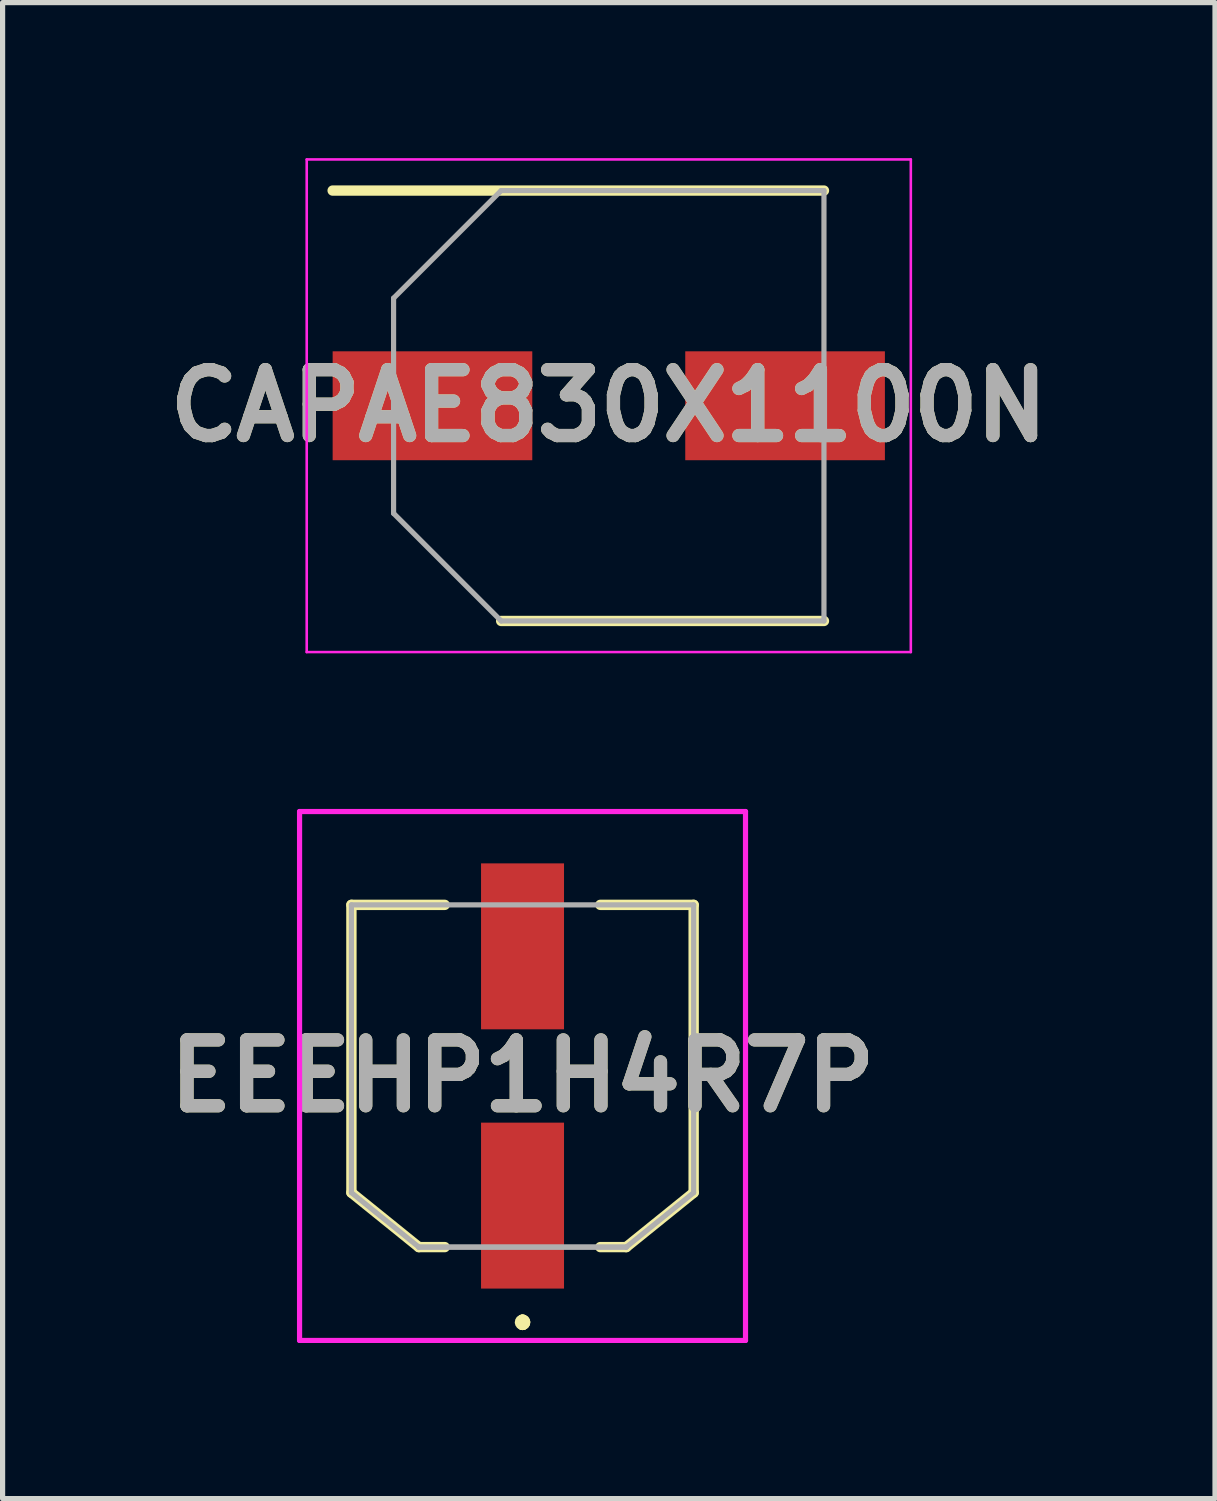
<source format=kicad_pcb>
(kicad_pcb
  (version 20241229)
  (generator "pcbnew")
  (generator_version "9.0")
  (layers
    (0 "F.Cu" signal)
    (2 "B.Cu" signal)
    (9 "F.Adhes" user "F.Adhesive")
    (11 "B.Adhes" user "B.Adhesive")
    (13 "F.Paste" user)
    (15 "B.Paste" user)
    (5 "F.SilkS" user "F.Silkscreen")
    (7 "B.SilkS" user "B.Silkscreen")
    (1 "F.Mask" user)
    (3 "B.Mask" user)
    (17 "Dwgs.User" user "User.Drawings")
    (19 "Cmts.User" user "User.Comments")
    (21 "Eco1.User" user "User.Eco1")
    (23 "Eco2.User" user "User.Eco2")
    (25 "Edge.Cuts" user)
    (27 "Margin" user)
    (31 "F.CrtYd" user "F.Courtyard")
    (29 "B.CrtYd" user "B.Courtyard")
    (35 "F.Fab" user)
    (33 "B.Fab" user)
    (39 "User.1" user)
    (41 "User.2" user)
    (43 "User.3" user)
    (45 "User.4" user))
  (footprint "EEEHP1H4R7P"
    (layer "F.Cu")
    (at 7.027 17.7)
    (property "Reference" "EEEHP1H4R7P" (at 0 0 0) (layer "F.SilkS") (effects (font (size 1.27 1.27) (thickness 0.254))))
    (attr smd)
    (fp_line (start -3.3 -3.3) (end -1.5 -3.3) (stroke (width 0.2) (type solid)) (layer "F.SilkS"))
    (fp_line (start -3.3 2.25) (end -3.3 -3.3) (stroke (width 0.2) (type solid)) (layer "F.SilkS"))
    (fp_line (start -2 3.3) (end -3.3 2.25) (stroke (width 0.2) (type solid)) (layer "F.SilkS"))
    (fp_line (start -1.5 3.3) (end -2 3.3) (stroke (width 0.2) (type solid)) (layer "F.SilkS"))
    (fp_line (start 0 4.7) (end 0 4.7) (stroke (width 0.2) (type solid)) (layer "F.SilkS"))
    (fp_line (start 0 4.8) (end 0 4.8) (stroke (width 0.2) (type solid)) (layer "F.SilkS"))
    (fp_line (start 0 4.8) (end 0 4.8) (stroke (width 0.2) (type solid)) (layer "F.SilkS"))
    (fp_line (start 1.5 -3.3) (end 3.3 -3.3) (stroke (width 0.2) (type solid)) (layer "F.SilkS"))
    (fp_line (start 2 3.3) (end 1.5 3.3) (stroke (width 0.2) (type solid)) (layer "F.SilkS"))
    (fp_line (start 3.3 -3.3) (end 3.3 2.25) (stroke (width 0.2) (type solid)) (layer "F.SilkS"))
    (fp_line (start 3.3 2.25) (end 2 3.3) (stroke (width 0.2) (type solid)) (layer "F.SilkS"))
    (fp_arc (start 0 4.7) (mid 0.05 4.75) (end 0 4.8) (stroke (width 0.2) (type solid)) (layer "F.SilkS"))
    (fp_arc (start 0 4.7) (mid 0.05 4.75) (end 0 4.8) (stroke (width 0.2) (type solid)) (layer "F.SilkS"))
    (fp_arc (start 0 4.8) (mid -0.05 4.75) (end 0 4.7) (stroke (width 0.2) (type solid)) (layer "F.SilkS"))
    (fp_line (start -4.3 -5.1) (end 4.3 -5.1) (stroke (width 0.1) (type solid)) (layer "F.CrtYd"))
    (fp_line (start -4.3 5.1) (end -4.3 -5.1) (stroke (width 0.1) (type solid)) (layer "F.CrtYd"))
    (fp_line (start 4.3 -5.1) (end 4.3 5.1) (stroke (width 0.1) (type solid)) (layer "F.CrtYd"))
    (fp_line (start 4.3 5.1) (end -4.3 5.1) (stroke (width 0.1) (type solid)) (layer "F.CrtYd"))
    (fp_line (start -3.3 -3.3) (end -3.3 2.25) (stroke (width 0.1) (type solid)) (layer "F.Fab"))
    (fp_line (start -3.3 2.25) (end -2 3.3) (stroke (width 0.1) (type solid)) (layer "F.Fab"))
    (fp_line (start -2 3.3) (end -2 3.3) (stroke (width 0.1) (type solid)) (layer "F.Fab"))
    (fp_line (start -2 3.3) (end 2 3.3) (stroke (width 0.1) (type solid)) (layer "F.Fab"))
    (fp_line (start 2 3.3) (end -2 3.3) (stroke (width 0.1) (type solid)) (layer "F.Fab"))
    (fp_line (start 2 3.3) (end 2 3.3) (stroke (width 0.1) (type solid)) (layer "F.Fab"))
    (fp_line (start 2 3.3) (end 3.3 2.25) (stroke (width 0.1) (type solid)) (layer "F.Fab"))
    (fp_line (start 3.3 -3.3) (end -3.3 -3.3) (stroke (width 0.1) (type solid)) (layer "F.Fab"))
    (fp_line (start 3.3 2.25) (end 3.3 -3.3) (stroke (width 0.1) (type solid)) (layer "F.Fab"))
    (fp_text user "${REFERENCE}" (at 0 0 0) (layer "F.Fab") (effects (font (size 1.27 1.27) (thickness 0.254))))
    (pad "1" smd rect (at 0 2.5) (size 1.6 3.2) (layers "F.Cu" "F.Mask" "F.Paste"))
    (pad "2" smd rect (at 0 -2.5) (size 1.6 3.2) (layers "F.Cu" "F.Mask" "F.Paste")))
  (footprint "CAPAE830X1100N"
    (layer "F.Cu")
    (at 8.69 4.775)
    (property "Reference" "CAPAE830X1100N" (at 0 0 0) (layer "F.SilkS") (effects (font (size 1.27 1.27) (thickness 0.254))))
    (attr smd)
    (fp_line (start -5.325 -4.15) (end 4.15 -4.15) (stroke (width 0.2) (type solid)) (layer "F.SilkS"))
    (fp_line (start -2.075 4.15) (end 4.15 4.15) (stroke (width 0.2) (type solid)) (layer "F.SilkS"))
    (fp_line (start -5.825 -4.75) (end 5.825 -4.75) (stroke (width 0.05) (type solid)) (layer "F.CrtYd"))
    (fp_line (start -5.825 4.75) (end -5.825 -4.75) (stroke (width 0.05) (type solid)) (layer "F.CrtYd"))
    (fp_line (start 5.825 -4.75) (end 5.825 4.75) (stroke (width 0.05) (type solid)) (layer "F.CrtYd"))
    (fp_line (start 5.825 4.75) (end -5.825 4.75) (stroke (width 0.05) (type solid)) (layer "F.CrtYd"))
    (fp_line (start -4.15 -2.075) (end -4.15 2.075) (stroke (width 0.1) (type solid)) (layer "F.Fab"))
    (fp_line (start -4.15 2.075) (end -2.075 4.15) (stroke (width 0.1) (type solid)) (layer "F.Fab"))
    (fp_line (start -2.075 -4.15) (end -4.15 -2.075) (stroke (width 0.1) (type solid)) (layer "F.Fab"))
    (fp_line (start -2.075 4.15) (end 4.15 4.15) (stroke (width 0.1) (type solid)) (layer "F.Fab"))
    (fp_line (start 4.15 -4.15) (end -2.075 -4.15) (stroke (width 0.1) (type solid)) (layer "F.Fab"))
    (fp_line (start 4.15 4.15) (end 4.15 -4.15) (stroke (width 0.1) (type solid)) (layer "F.Fab"))
    (fp_text user "${REFERENCE}" (at 0 0 0) (layer "F.Fab") (effects (font (size 1.27 1.27) (thickness 0.254))))
    (pad "1" smd rect (at -3.4 0 90) (size 2.1 3.85) (layers "F.Cu" "F.Mask" "F.Paste"))
    (pad "2" smd rect (at 3.4 0 90) (size 2.1 3.85) (layers "F.Cu" "F.Mask" "F.Paste")))
  (gr_rect
    (start -3 -3)
    (end 20.381 25.85)
    (stroke (width 0.1) (type default))
    (fill no)
    (layer "Edge.Cuts")))
</source>
